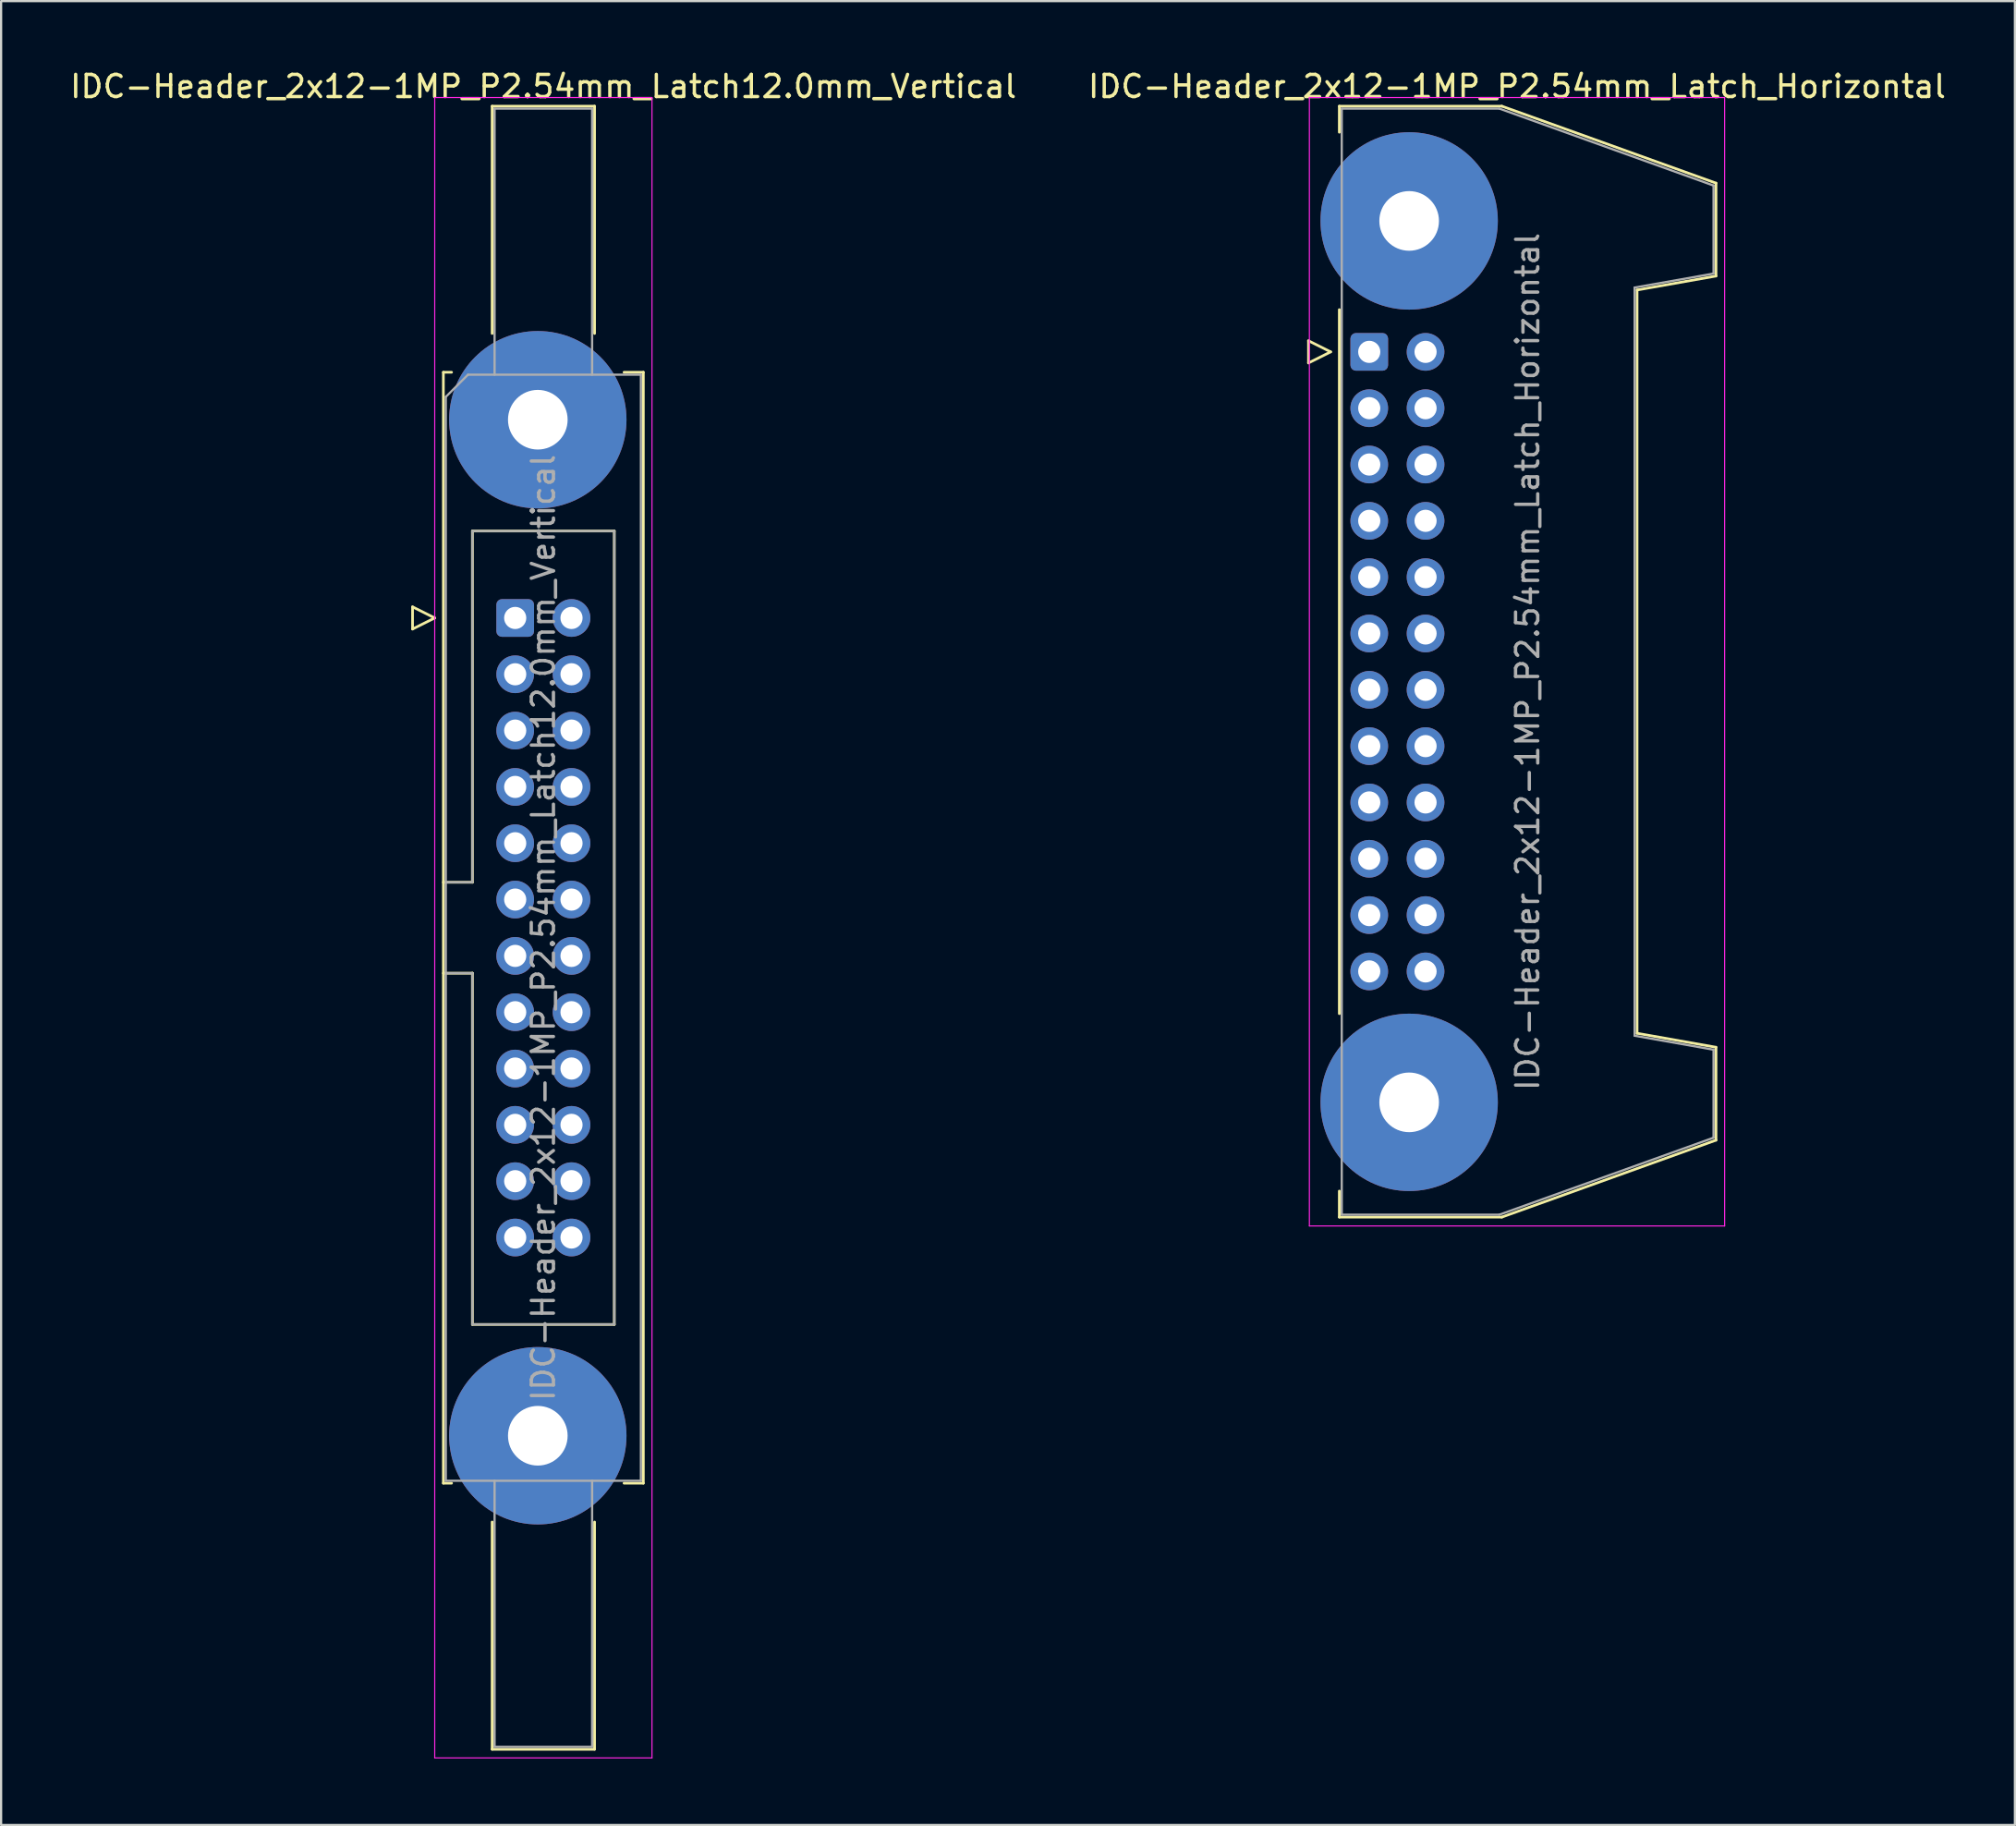
<source format=kicad_pcb>
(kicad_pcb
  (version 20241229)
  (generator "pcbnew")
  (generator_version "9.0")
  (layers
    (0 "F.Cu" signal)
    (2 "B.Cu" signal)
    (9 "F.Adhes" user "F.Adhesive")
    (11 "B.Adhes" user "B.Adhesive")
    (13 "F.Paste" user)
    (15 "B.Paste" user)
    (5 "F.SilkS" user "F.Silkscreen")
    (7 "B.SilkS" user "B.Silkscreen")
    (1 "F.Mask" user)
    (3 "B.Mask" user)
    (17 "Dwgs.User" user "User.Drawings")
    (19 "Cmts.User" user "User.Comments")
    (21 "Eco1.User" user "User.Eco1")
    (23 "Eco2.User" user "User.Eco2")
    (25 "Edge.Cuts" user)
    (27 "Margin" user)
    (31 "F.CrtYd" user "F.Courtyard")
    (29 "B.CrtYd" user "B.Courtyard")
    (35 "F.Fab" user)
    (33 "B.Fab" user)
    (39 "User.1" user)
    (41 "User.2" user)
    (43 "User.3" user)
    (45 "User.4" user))
  (footprint "IDC-Header_2x12-1MP_P2.54mm_Latch_Horizontal"
    (layer "F.Cu")
    (at 58.71 12.818)
    (property "Reference" "IDC-Header_2x12-1MP_P2.54mm_Latch_Horizontal" (at 6.665 -11.97 0) (layer "F.SilkS") (effects (font (size 1 1) (thickness 0.15))))
    (attr through_hole)
    (fp_line (start -2.74 -0.5) (end -2.74 0.5) (stroke (width 0.12) (type solid)) (layer "F.SilkS"))
    (fp_line (start -2.74 0.5) (end -1.74 0) (stroke (width 0.12) (type solid)) (layer "F.SilkS"))
    (fp_line (start -1.74 0) (end -2.74 -0.5) (stroke (width 0.12) (type solid)) (layer "F.SilkS"))
    (fp_line (start -1.35 -11.08) (end -1.35 -9.905) (stroke (width 0.12) (type solid)) (layer "F.SilkS"))
    (fp_line (start -1.35 -11.08) (end 5.98 -11.08) (stroke (width 0.12) (type solid)) (layer "F.SilkS"))
    (fp_line (start -1.35 -1.905) (end -1.35 29.845) (stroke (width 0.12) (type solid)) (layer "F.SilkS"))
    (fp_line (start -1.35 37.845) (end -1.35 39.02) (stroke (width 0.12) (type solid)) (layer "F.SilkS"))
    (fp_line (start 5.98 -11.08) (end 15.64 -7.61) (stroke (width 0.12) (type solid)) (layer "F.SilkS"))
    (fp_line (start 5.98 39.02) (end -1.35 39.02) (stroke (width 0.12) (type solid)) (layer "F.SilkS"))
    (fp_line (start 12.08 -2.79) (end 12.08 30.73) (stroke (width 0.12) (type solid)) (layer "F.SilkS"))
    (fp_line (start 12.08 30.73) (end 15.64 31.36) (stroke (width 0.12) (type solid)) (layer "F.SilkS"))
    (fp_line (start 15.64 -7.61) (end 15.64 -3.42) (stroke (width 0.12) (type solid)) (layer "F.SilkS"))
    (fp_line (start 15.64 -3.42) (end 12.08 -2.79) (stroke (width 0.12) (type solid)) (layer "F.SilkS"))
    (fp_line (start 15.64 31.36) (end 15.64 35.55) (stroke (width 0.12) (type solid)) (layer "F.SilkS"))
    (fp_line (start 15.64 35.55) (end 5.98 39.02) (stroke (width 0.12) (type solid)) (layer "F.SilkS"))
    (fp_line (start -2.7 -11.47) (end -2.7 39.42) (stroke (width 0.05) (type solid)) (layer "F.CrtYd"))
    (fp_line (start -2.7 39.42) (end 16.03 39.42) (stroke (width 0.05) (type solid)) (layer "F.CrtYd"))
    (fp_line (start 16.03 -11.47) (end -2.7 -11.47) (stroke (width 0.05) (type solid)) (layer "F.CrtYd"))
    (fp_line (start 16.03 39.42) (end 16.03 -11.47) (stroke (width 0.05) (type solid)) (layer "F.CrtYd"))
    (fp_line (start -1.24 -10.97) (end 5.87 -10.97) (stroke (width 0.1) (type solid)) (layer "F.Fab"))
    (fp_line (start -1.24 38.91) (end -1.24 -10.97) (stroke (width 0.1) (type solid)) (layer "F.Fab"))
    (fp_line (start 5.87 -10.97) (end 15.53 -7.5) (stroke (width 0.1) (type solid)) (layer "F.Fab"))
    (fp_line (start 5.87 38.91) (end -1.24 38.91) (stroke (width 0.1) (type solid)) (layer "F.Fab"))
    (fp_line (start 11.97 -2.9) (end 11.97 30.84) (stroke (width 0.1) (type solid)) (layer "F.Fab"))
    (fp_line (start 11.97 30.84) (end 15.53 31.47) (stroke (width 0.1) (type solid)) (layer "F.Fab"))
    (fp_line (start 15.53 -7.5) (end 15.53 -3.53) (stroke (width 0.1) (type solid)) (layer "F.Fab"))
    (fp_line (start 15.53 -3.53) (end 11.97 -2.9) (stroke (width 0.1) (type solid)) (layer "F.Fab"))
    (fp_line (start 15.53 31.47) (end 15.53 35.44) (stroke (width 0.1) (type solid)) (layer "F.Fab"))
    (fp_line (start 15.53 35.44) (end 5.87 38.91) (stroke (width 0.1) (type solid)) (layer "F.Fab"))
    (fp_text user "${REFERENCE}" (at 7.145 13.97 90) (layer "F.Fab") (effects (font (size 1 1) (thickness 0.15))))
    (pad "1" thru_hole roundrect (at 0 0) (size 1.7 1.7) (drill 1) (layers "*.Cu" "*.Mask") (roundrect_rratio 0.147))
    (pad "2" thru_hole circle (at 2.54 0) (size 1.7 1.7) (drill 1) (layers "*.Cu" "*.Mask"))
    (pad "3" thru_hole circle (at 0 2.54) (size 1.7 1.7) (drill 1) (layers "*.Cu" "*.Mask"))
    (pad "4" thru_hole circle (at 2.54 2.54) (size 1.7 1.7) (drill 1) (layers "*.Cu" "*.Mask"))
    (pad "5" thru_hole circle (at 0 5.08) (size 1.7 1.7) (drill 1) (layers "*.Cu" "*.Mask"))
    (pad "6" thru_hole circle (at 2.54 5.08) (size 1.7 1.7) (drill 1) (layers "*.Cu" "*.Mask"))
    (pad "7" thru_hole circle (at 0 7.62) (size 1.7 1.7) (drill 1) (layers "*.Cu" "*.Mask"))
    (pad "8" thru_hole circle (at 2.54 7.62) (size 1.7 1.7) (drill 1) (layers "*.Cu" "*.Mask"))
    (pad "9" thru_hole circle (at 0 10.16) (size 1.7 1.7) (drill 1) (layers "*.Cu" "*.Mask"))
    (pad "10" thru_hole circle (at 2.54 10.16) (size 1.7 1.7) (drill 1) (layers "*.Cu" "*.Mask"))
    (pad "11" thru_hole circle (at 0 12.7) (size 1.7 1.7) (drill 1) (layers "*.Cu" "*.Mask"))
    (pad "12" thru_hole circle (at 2.54 12.7) (size 1.7 1.7) (drill 1) (layers "*.Cu" "*.Mask"))
    (pad "13" thru_hole circle (at 0 15.24) (size 1.7 1.7) (drill 1) (layers "*.Cu" "*.Mask"))
    (pad "14" thru_hole circle (at 2.54 15.24) (size 1.7 1.7) (drill 1) (layers "*.Cu" "*.Mask"))
    (pad "15" thru_hole circle (at 0 17.78) (size 1.7 1.7) (drill 1) (layers "*.Cu" "*.Mask"))
    (pad "16" thru_hole circle (at 2.54 17.78) (size 1.7 1.7) (drill 1) (layers "*.Cu" "*.Mask"))
    (pad "17" thru_hole circle (at 0 20.32) (size 1.7 1.7) (drill 1) (layers "*.Cu" "*.Mask"))
    (pad "18" thru_hole circle (at 2.54 20.32) (size 1.7 1.7) (drill 1) (layers "*.Cu" "*.Mask"))
    (pad "19" thru_hole circle (at 0 22.86) (size 1.7 1.7) (drill 1) (layers "*.Cu" "*.Mask"))
    (pad "20" thru_hole circle (at 2.54 22.86) (size 1.7 1.7) (drill 1) (layers "*.Cu" "*.Mask"))
    (pad "21" thru_hole circle (at 0 25.4) (size 1.7 1.7) (drill 1) (layers "*.Cu" "*.Mask"))
    (pad "22" thru_hole circle (at 2.54 25.4) (size 1.7 1.7) (drill 1) (layers "*.Cu" "*.Mask"))
    (pad "23" thru_hole circle (at 0 27.94) (size 1.7 1.7) (drill 1) (layers "*.Cu" "*.Mask"))
    (pad "24" thru_hole circle (at 2.54 27.94) (size 1.7 1.7) (drill 1) (layers "*.Cu" "*.Mask"))
    (pad "MP" thru_hole circle (at 1.8 -5.905) (size 8 8) (drill 2.69) (layers "*.Cu" "*.Mask"))
    (pad "MP" thru_hole circle (at 1.8 33.845) (size 8 8) (drill 2.69) (layers "*.Cu" "*.Mask")))
  (footprint "IDC-Header_2x12-1MP_P2.54mm_Latch12.0mm_Vertical"
    (layer "F.Cu")
    (at 20.188 24.818)
    (property "Reference" "IDC-Header_2x12-1MP_P2.54mm_Latch12.0mm_Vertical" (at 1.27 -23.97 0) (layer "F.SilkS") (effects (font (size 1 1) (thickness 0.15))))
    (attr through_hole)
    (fp_line (start -4.63 -0.5) (end -4.63 0.5) (stroke (width 0.12) (type solid)) (layer "F.SilkS"))
    (fp_line (start -4.63 0.5) (end -3.63 0) (stroke (width 0.12) (type solid)) (layer "F.SilkS"))
    (fp_line (start -3.63 0) (end -4.63 -0.5) (stroke (width 0.12) (type solid)) (layer "F.SilkS"))
    (fp_line (start -3.24 -11.08) (end -3.24 39.02) (stroke (width 0.12) (type solid)) (layer "F.SilkS"))
    (fp_line (start -3.24 11.92) (end -1.93 11.92) (stroke (width 0.12) (type solid)) (layer "F.SilkS"))
    (fp_line (start -3.24 39.02) (end -2.87 39.02) (stroke (width 0.12) (type solid)) (layer "F.SilkS"))
    (fp_line (start -2.87 -11.08) (end -3.24 -11.08) (stroke (width 0.12) (type solid)) (layer "F.SilkS"))
    (fp_line (start -1.93 -3.92) (end 4.47 -3.92) (stroke (width 0.12) (type solid)) (layer "F.SilkS"))
    (fp_line (start -1.93 11.92) (end -1.93 -3.92) (stroke (width 0.12) (type solid)) (layer "F.SilkS"))
    (fp_line (start -1.93 16.02) (end -3.24 16.02) (stroke (width 0.12) (type solid)) (layer "F.SilkS"))
    (fp_line (start -1.93 16.02) (end -1.93 16.02) (stroke (width 0.12) (type solid)) (layer "F.SilkS"))
    (fp_line (start -1.93 31.86) (end -1.93 16.02) (stroke (width 0.12) (type solid)) (layer "F.SilkS"))
    (fp_line (start -1.04 -23.08) (end 3.58 -23.08) (stroke (width 0.12) (type solid)) (layer "F.SilkS"))
    (fp_line (start -1.04 -12.83) (end -1.04 -23.08) (stroke (width 0.12) (type solid)) (layer "F.SilkS"))
    (fp_line (start -1.04 40.77) (end -1.04 51.02) (stroke (width 0.12) (type solid)) (layer "F.SilkS"))
    (fp_line (start -1.04 51.02) (end 3.58 51.02) (stroke (width 0.12) (type solid)) (layer "F.SilkS"))
    (fp_line (start 3.58 -23.08) (end 3.58 -12.83) (stroke (width 0.12) (type solid)) (layer "F.SilkS"))
    (fp_line (start 3.58 51.02) (end 3.58 40.77) (stroke (width 0.12) (type solid)) (layer "F.SilkS"))
    (fp_line (start 4.47 -3.92) (end 4.47 31.86) (stroke (width 0.12) (type solid)) (layer "F.SilkS"))
    (fp_line (start 4.47 31.86) (end -1.93 31.86) (stroke (width 0.12) (type solid)) (layer "F.SilkS"))
    (fp_line (start 4.91 -11.08) (end 5.78 -11.08) (stroke (width 0.12) (type solid)) (layer "F.SilkS"))
    (fp_line (start 5.78 -11.08) (end 5.78 39.02) (stroke (width 0.12) (type solid)) (layer "F.SilkS"))
    (fp_line (start 5.78 39.02) (end 4.91 39.02) (stroke (width 0.12) (type solid)) (layer "F.SilkS"))
    (fp_line (start -3.63 -23.47) (end -3.63 51.41) (stroke (width 0.05) (type solid)) (layer "F.CrtYd"))
    (fp_line (start -3.63 51.41) (end 6.17 51.41) (stroke (width 0.05) (type solid)) (layer "F.CrtYd"))
    (fp_line (start 6.17 -23.47) (end -3.63 -23.47) (stroke (width 0.05) (type solid)) (layer "F.CrtYd"))
    (fp_line (start 6.17 51.41) (end 6.17 -23.47) (stroke (width 0.05) (type solid)) (layer "F.CrtYd"))
    (fp_line (start -3.13 -9.97) (end -2.13 -10.97) (stroke (width 0.1) (type solid)) (layer "F.Fab"))
    (fp_line (start -3.13 11.92) (end -1.93 11.92) (stroke (width 0.1) (type solid)) (layer "F.Fab"))
    (fp_line (start -3.13 38.91) (end -3.13 -9.97) (stroke (width 0.1) (type solid)) (layer "F.Fab"))
    (fp_line (start -2.13 -10.97) (end 5.67 -10.97) (stroke (width 0.1) (type solid)) (layer "F.Fab"))
    (fp_line (start -1.93 -3.92) (end 4.47 -3.92) (stroke (width 0.1) (type solid)) (layer "F.Fab"))
    (fp_line (start -1.93 11.92) (end -1.93 -3.92) (stroke (width 0.1) (type solid)) (layer "F.Fab"))
    (fp_line (start -1.93 16.02) (end -3.13 16.02) (stroke (width 0.1) (type solid)) (layer "F.Fab"))
    (fp_line (start -1.93 16.02) (end -1.93 16.02) (stroke (width 0.1) (type solid)) (layer "F.Fab"))
    (fp_line (start -1.93 31.86) (end -1.93 16.02) (stroke (width 0.1) (type solid)) (layer "F.Fab"))
    (fp_line (start -0.93 -22.97) (end 3.47 -22.97) (stroke (width 0.1) (type solid)) (layer "F.Fab"))
    (fp_line (start -0.93 -10.97) (end -0.93 -22.97) (stroke (width 0.1) (type solid)) (layer "F.Fab"))
    (fp_line (start -0.93 38.91) (end -0.93 50.91) (stroke (width 0.1) (type solid)) (layer "F.Fab"))
    (fp_line (start -0.93 50.91) (end 3.47 50.91) (stroke (width 0.1) (type solid)) (layer "F.Fab"))
    (fp_line (start 3.47 -22.97) (end 3.47 -10.97) (stroke (width 0.1) (type solid)) (layer "F.Fab"))
    (fp_line (start 3.47 50.91) (end 3.47 38.91) (stroke (width 0.1) (type solid)) (layer "F.Fab"))
    (fp_line (start 4.47 -3.92) (end 4.47 31.86) (stroke (width 0.1) (type solid)) (layer "F.Fab"))
    (fp_line (start 4.47 31.86) (end -1.93 31.86) (stroke (width 0.1) (type solid)) (layer "F.Fab"))
    (fp_line (start 5.67 -10.97) (end 5.67 38.91) (stroke (width 0.1) (type solid)) (layer "F.Fab"))
    (fp_line (start 5.67 38.91) (end -3.13 38.91) (stroke (width 0.1) (type solid)) (layer "F.Fab"))
    (fp_text user "${REFERENCE}" (at 1.27 13.97 90) (layer "F.Fab") (effects (font (size 1 1) (thickness 0.15))))
    (pad "1" thru_hole roundrect (at 0 0) (size 1.7 1.7) (drill 1) (layers "*.Cu" "*.Mask") (roundrect_rratio 0.147))
    (pad "2" thru_hole circle (at 2.54 0) (size 1.7 1.7) (drill 1) (layers "*.Cu" "*.Mask"))
    (pad "3" thru_hole circle (at 0 2.54) (size 1.7 1.7) (drill 1) (layers "*.Cu" "*.Mask"))
    (pad "4" thru_hole circle (at 2.54 2.54) (size 1.7 1.7) (drill 1) (layers "*.Cu" "*.Mask"))
    (pad "5" thru_hole circle (at 0 5.08) (size 1.7 1.7) (drill 1) (layers "*.Cu" "*.Mask"))
    (pad "6" thru_hole circle (at 2.54 5.08) (size 1.7 1.7) (drill 1) (layers "*.Cu" "*.Mask"))
    (pad "7" thru_hole circle (at 0 7.62) (size 1.7 1.7) (drill 1) (layers "*.Cu" "*.Mask"))
    (pad "8" thru_hole circle (at 2.54 7.62) (size 1.7 1.7) (drill 1) (layers "*.Cu" "*.Mask"))
    (pad "9" thru_hole circle (at 0 10.16) (size 1.7 1.7) (drill 1) (layers "*.Cu" "*.Mask"))
    (pad "10" thru_hole circle (at 2.54 10.16) (size 1.7 1.7) (drill 1) (layers "*.Cu" "*.Mask"))
    (pad "11" thru_hole circle (at 0 12.7) (size 1.7 1.7) (drill 1) (layers "*.Cu" "*.Mask"))
    (pad "12" thru_hole circle (at 2.54 12.7) (size 1.7 1.7) (drill 1) (layers "*.Cu" "*.Mask"))
    (pad "13" thru_hole circle (at 0 15.24) (size 1.7 1.7) (drill 1) (layers "*.Cu" "*.Mask"))
    (pad "14" thru_hole circle (at 2.54 15.24) (size 1.7 1.7) (drill 1) (layers "*.Cu" "*.Mask"))
    (pad "15" thru_hole circle (at 0 17.78) (size 1.7 1.7) (drill 1) (layers "*.Cu" "*.Mask"))
    (pad "16" thru_hole circle (at 2.54 17.78) (size 1.7 1.7) (drill 1) (layers "*.Cu" "*.Mask"))
    (pad "17" thru_hole circle (at 0 20.32) (size 1.7 1.7) (drill 1) (layers "*.Cu" "*.Mask"))
    (pad "18" thru_hole circle (at 2.54 20.32) (size 1.7 1.7) (drill 1) (layers "*.Cu" "*.Mask"))
    (pad "19" thru_hole circle (at 0 22.86) (size 1.7 1.7) (drill 1) (layers "*.Cu" "*.Mask"))
    (pad "20" thru_hole circle (at 2.54 22.86) (size 1.7 1.7) (drill 1) (layers "*.Cu" "*.Mask"))
    (pad "21" thru_hole circle (at 0 25.4) (size 1.7 1.7) (drill 1) (layers "*.Cu" "*.Mask"))
    (pad "22" thru_hole circle (at 2.54 25.4) (size 1.7 1.7) (drill 1) (layers "*.Cu" "*.Mask"))
    (pad "23" thru_hole circle (at 0 27.94) (size 1.7 1.7) (drill 1) (layers "*.Cu" "*.Mask"))
    (pad "24" thru_hole circle (at 2.54 27.94) (size 1.7 1.7) (drill 1) (layers "*.Cu" "*.Mask"))
    (pad "MP" thru_hole circle (at 1.02 -8.94) (size 8 8) (drill 2.69) (layers "*.Cu" "*.Mask"))
    (pad "MP" thru_hole circle (at 1.02 36.88) (size 8 8) (drill 2.69) (layers "*.Cu" "*.Mask")))
  (gr_rect
    (start -3 -3)
    (end 87.833 79.253)
    (stroke (width 0.1) (type default))
    (fill no)
    (layer "Edge.Cuts")))
</source>
